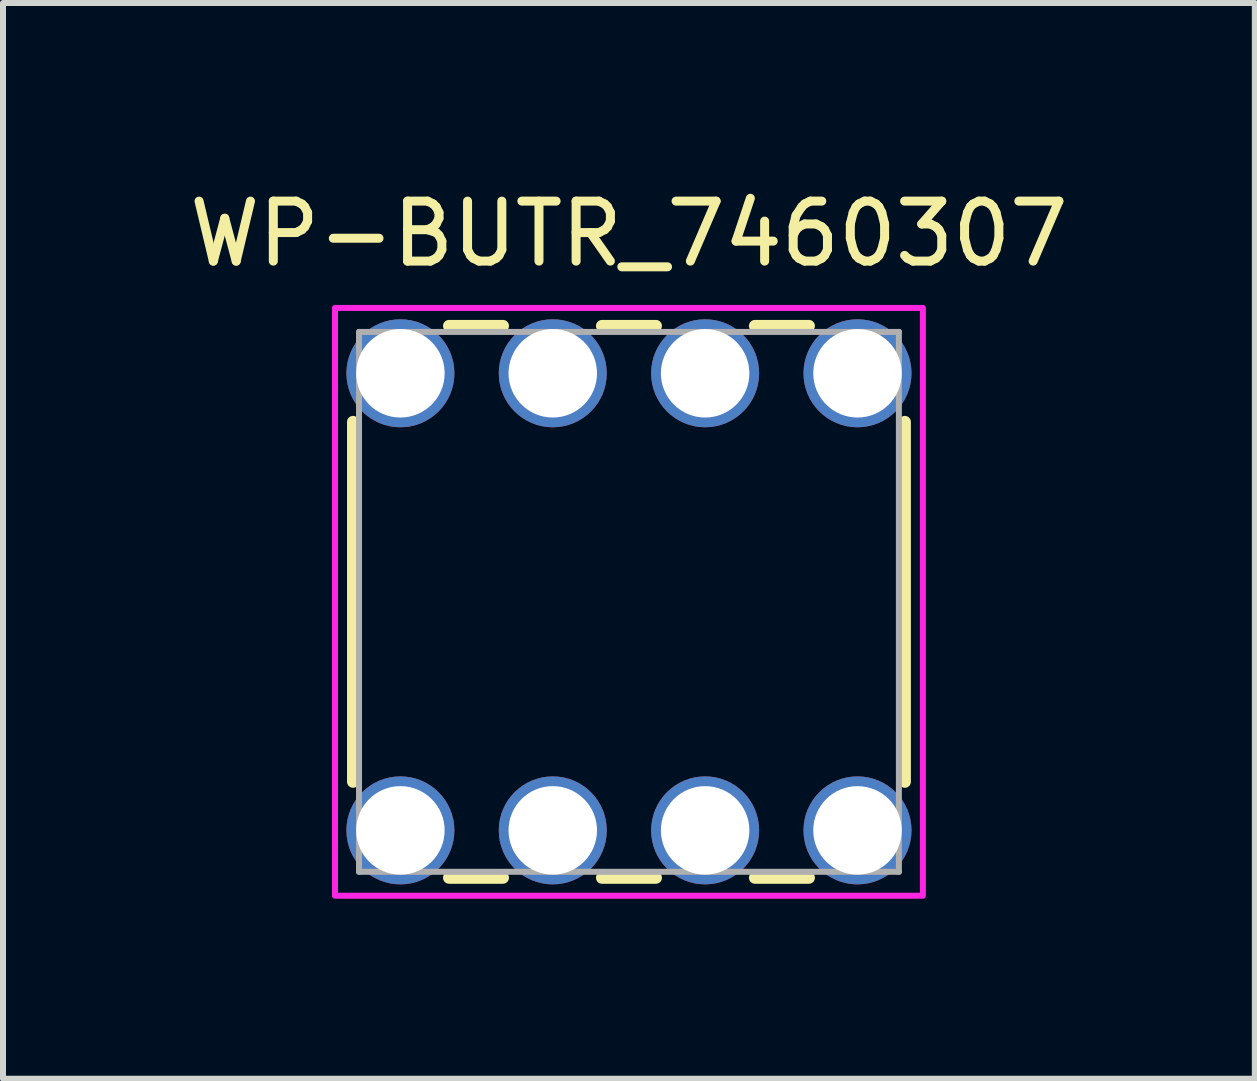
<source format=kicad_pcb>
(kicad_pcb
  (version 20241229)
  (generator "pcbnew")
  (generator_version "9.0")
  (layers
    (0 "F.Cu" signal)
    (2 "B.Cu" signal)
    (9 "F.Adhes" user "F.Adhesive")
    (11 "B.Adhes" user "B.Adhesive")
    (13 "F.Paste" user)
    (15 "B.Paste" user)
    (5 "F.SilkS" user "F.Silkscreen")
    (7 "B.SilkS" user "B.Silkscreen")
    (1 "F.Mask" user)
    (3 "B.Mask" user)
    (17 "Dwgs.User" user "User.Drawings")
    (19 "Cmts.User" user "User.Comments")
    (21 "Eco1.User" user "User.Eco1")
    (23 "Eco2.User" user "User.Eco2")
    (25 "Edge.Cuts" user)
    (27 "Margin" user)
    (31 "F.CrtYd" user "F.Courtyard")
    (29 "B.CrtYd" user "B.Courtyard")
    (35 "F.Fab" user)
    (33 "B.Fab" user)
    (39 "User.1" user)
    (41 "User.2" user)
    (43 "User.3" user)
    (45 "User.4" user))
  (footprint "WP-BUTR_7460307"
    (layer "F.Cu")
    (at 7.435 6.983)
    (property "Reference" "WP-BUTR_7460307" (at 0 -6.135 0) (layer "F.SilkS") (effects (font (size 1 1) (thickness 0.15))))
    (attr through_hole)
    (fp_line (start -4.6 3) (end -4.6 -3) (stroke (width 0.2) (type solid)) (layer "F.SilkS"))
    (fp_line (start -3 -4.6) (end -2.1 -4.6) (stroke (width 0.2) (type solid)) (layer "F.SilkS"))
    (fp_line (start -2.1 4.6) (end -3 4.6) (stroke (width 0.2) (type solid)) (layer "F.SilkS"))
    (fp_line (start -0.45 -4.6) (end 0.45 -4.6) (stroke (width 0.2) (type solid)) (layer "F.SilkS"))
    (fp_line (start 0.45 4.6) (end -0.45 4.6) (stroke (width 0.2) (type solid)) (layer "F.SilkS"))
    (fp_line (start 2.1 -4.6) (end 3 -4.6) (stroke (width 0.2) (type solid)) (layer "F.SilkS"))
    (fp_line (start 3 4.6) (end 2.1 4.6) (stroke (width 0.2) (type solid)) (layer "F.SilkS"))
    (fp_line (start 4.6 -3) (end 4.6 3) (stroke (width 0.2) (type solid)) (layer "F.SilkS"))
    (fp_poly (pts (xy -4.9 -4.9) (xy 4.9 -4.9) (xy 4.9 4.9) (xy -4.9 4.9)) (stroke (width 0.1) (type solid)) (fill no) (layer "F.CrtYd"))
    (fp_line (start -4.5 -4.5) (end 4.5 -4.5) (stroke (width 0.1) (type solid)) (layer "F.Fab"))
    (fp_line (start -4.5 4.5) (end -4.5 -4.5) (stroke (width 0.1) (type solid)) (layer "F.Fab"))
    (fp_line (start 4.5 -4.5) (end 4.5 4.5) (stroke (width 0.1) (type solid)) (layer "F.Fab"))
    (fp_line (start 4.5 4.5) (end -4.5 4.5) (stroke (width 0.1) (type solid)) (layer "F.Fab"))
    (pad "1" thru_hole circle (at -3.81 -3.81) (size 1.8 1.8) (drill 1.475) (layers "*.Cu" "*.Mask"))
    (pad "2" thru_hole circle (at -1.27 -3.81) (size 1.8 1.8) (drill 1.475) (layers "*.Cu" "*.Mask"))
    (pad "3" thru_hole circle (at 1.27 -3.81) (size 1.8 1.8) (drill 1.475) (layers "*.Cu" "*.Mask"))
    (pad "4" thru_hole circle (at 3.81 -3.81) (size 1.8 1.8) (drill 1.475) (layers "*.Cu" "*.Mask"))
    (pad "5" thru_hole circle (at 3.81 3.81) (size 1.8 1.8) (drill 1.475) (layers "*.Cu" "*.Mask"))
    (pad "6" thru_hole circle (at 1.27 3.81) (size 1.8 1.8) (drill 1.475) (layers "*.Cu" "*.Mask"))
    (pad "7" thru_hole circle (at -1.27 3.81) (size 1.8 1.8) (drill 1.475) (layers "*.Cu" "*.Mask"))
    (pad "8" thru_hole circle (at -3.81 3.81) (size 1.8 1.8) (drill 1.475) (layers "*.Cu" "*.Mask")))
  (gr_rect
    (start -3 -3)
    (end 17.869 14.933)
    (stroke (width 0.1) (type default))
    (fill no)
    (layer "Edge.Cuts")))
</source>
